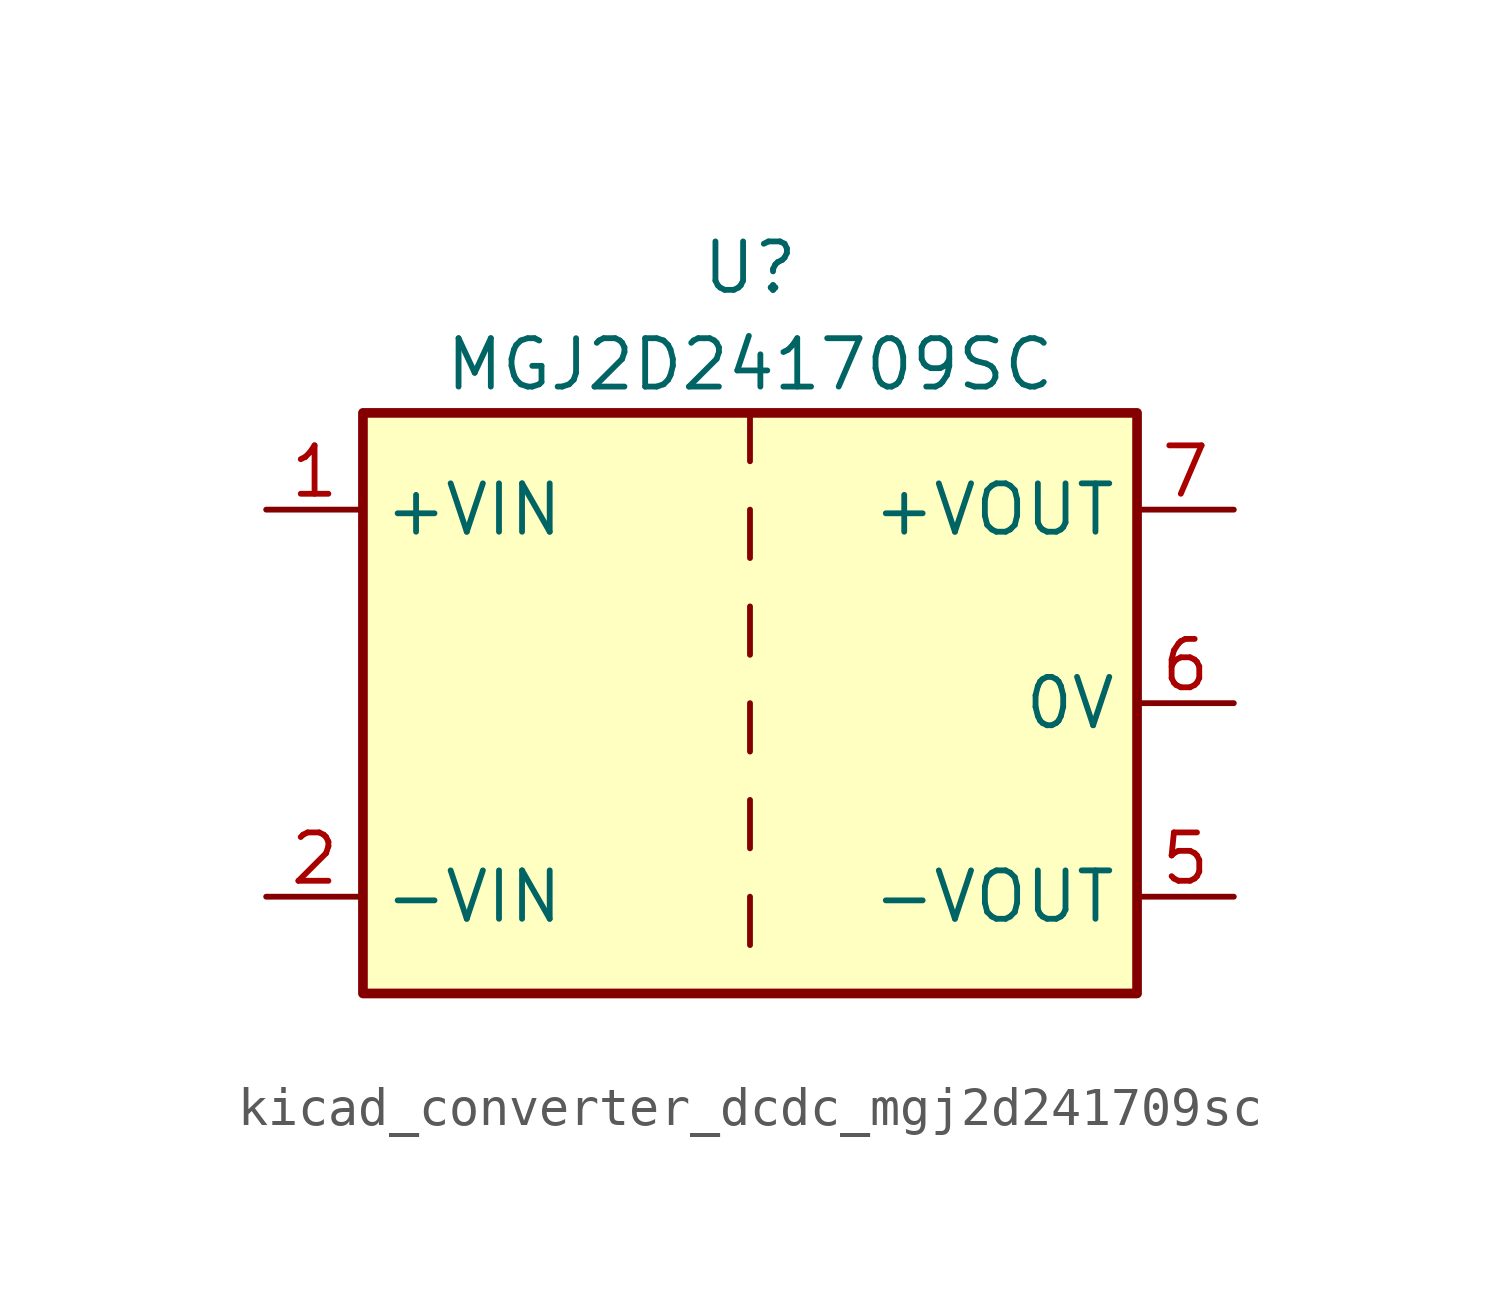
<source format=kicad_sym>
(kicad_symbol_lib
  (version 20220914)
  (generator kicad_symbol_editor)
  (symbol "kicad_converter_dcdc_mgj2d241709sc"
    (property "Reference" "U"
      (at 0 11.43 0)
      (effects (font (size 1.27 1.27))))
    (property "Value" "MGJ2D241709SC"
      (at 0 8.89 0)
      (effects (font (size 1.27 1.27))))
    (symbol "kicad_converter_dcdc_mgj2d241709sc_0_1"
      (rectangle (start -10.16 7.62) (end 10.16 -7.62) (stroke (width 0.254) (type default)) (fill (type background)))
      (polyline (pts (xy 0 -5.08) (xy 0 -6.35)) (stroke (width 0) (type default)) (fill (type none)))
      (polyline (pts (xy 0 -2.54) (xy 0 -3.81)) (stroke (width 0) (type default)) (fill (type none)))
      (polyline (pts (xy 0 0) (xy 0 -1.27)) (stroke (width 0) (type default)) (fill (type none)))
      (polyline (pts (xy 0 2.54) (xy 0 1.27)) (stroke (width 0) (type default)) (fill (type none)))
      (polyline (pts (xy 0 5.08) (xy 0 3.81)) (stroke (width 0) (type default)) (fill (type none)))
      (polyline (pts (xy 0 7.62) (xy 0 6.35)) (stroke (width 0) (type default)) (fill (type none))))
    (symbol "kicad_converter_dcdc_mgj2d241709sc_1_1"
      (pin power_in line (at -12.7 5.08 0) (length 2.54) (name "+VIN" (effects (font (size 1.27 1.27)))) (number "1" (effects (font (size 1.27 1.27)))))
      (pin power_in line (at -12.7 -5.08 0) (length 2.54) (name "-VIN" (effects (font (size 1.27 1.27)))) (number "2" (effects (font (size 1.27 1.27)))))
      (pin power_out line (at 12.7 -5.08 180) (length 2.54) (name "-VOUT" (effects (font (size 1.27 1.27)))) (number "5" (effects (font (size 1.27 1.27)))))
      (pin power_out line (at 12.7 0 180) (length 2.54) (name "0V" (effects (font (size 1.27 1.27)))) (number "6" (effects (font (size 1.27 1.27)))))
      (pin power_out line (at 12.7 5.08 180) (length 2.54) (name "+VOUT" (effects (font (size 1.27 1.27)))) (number "7" (effects (font (size 1.27 1.27))))))))
</source>
